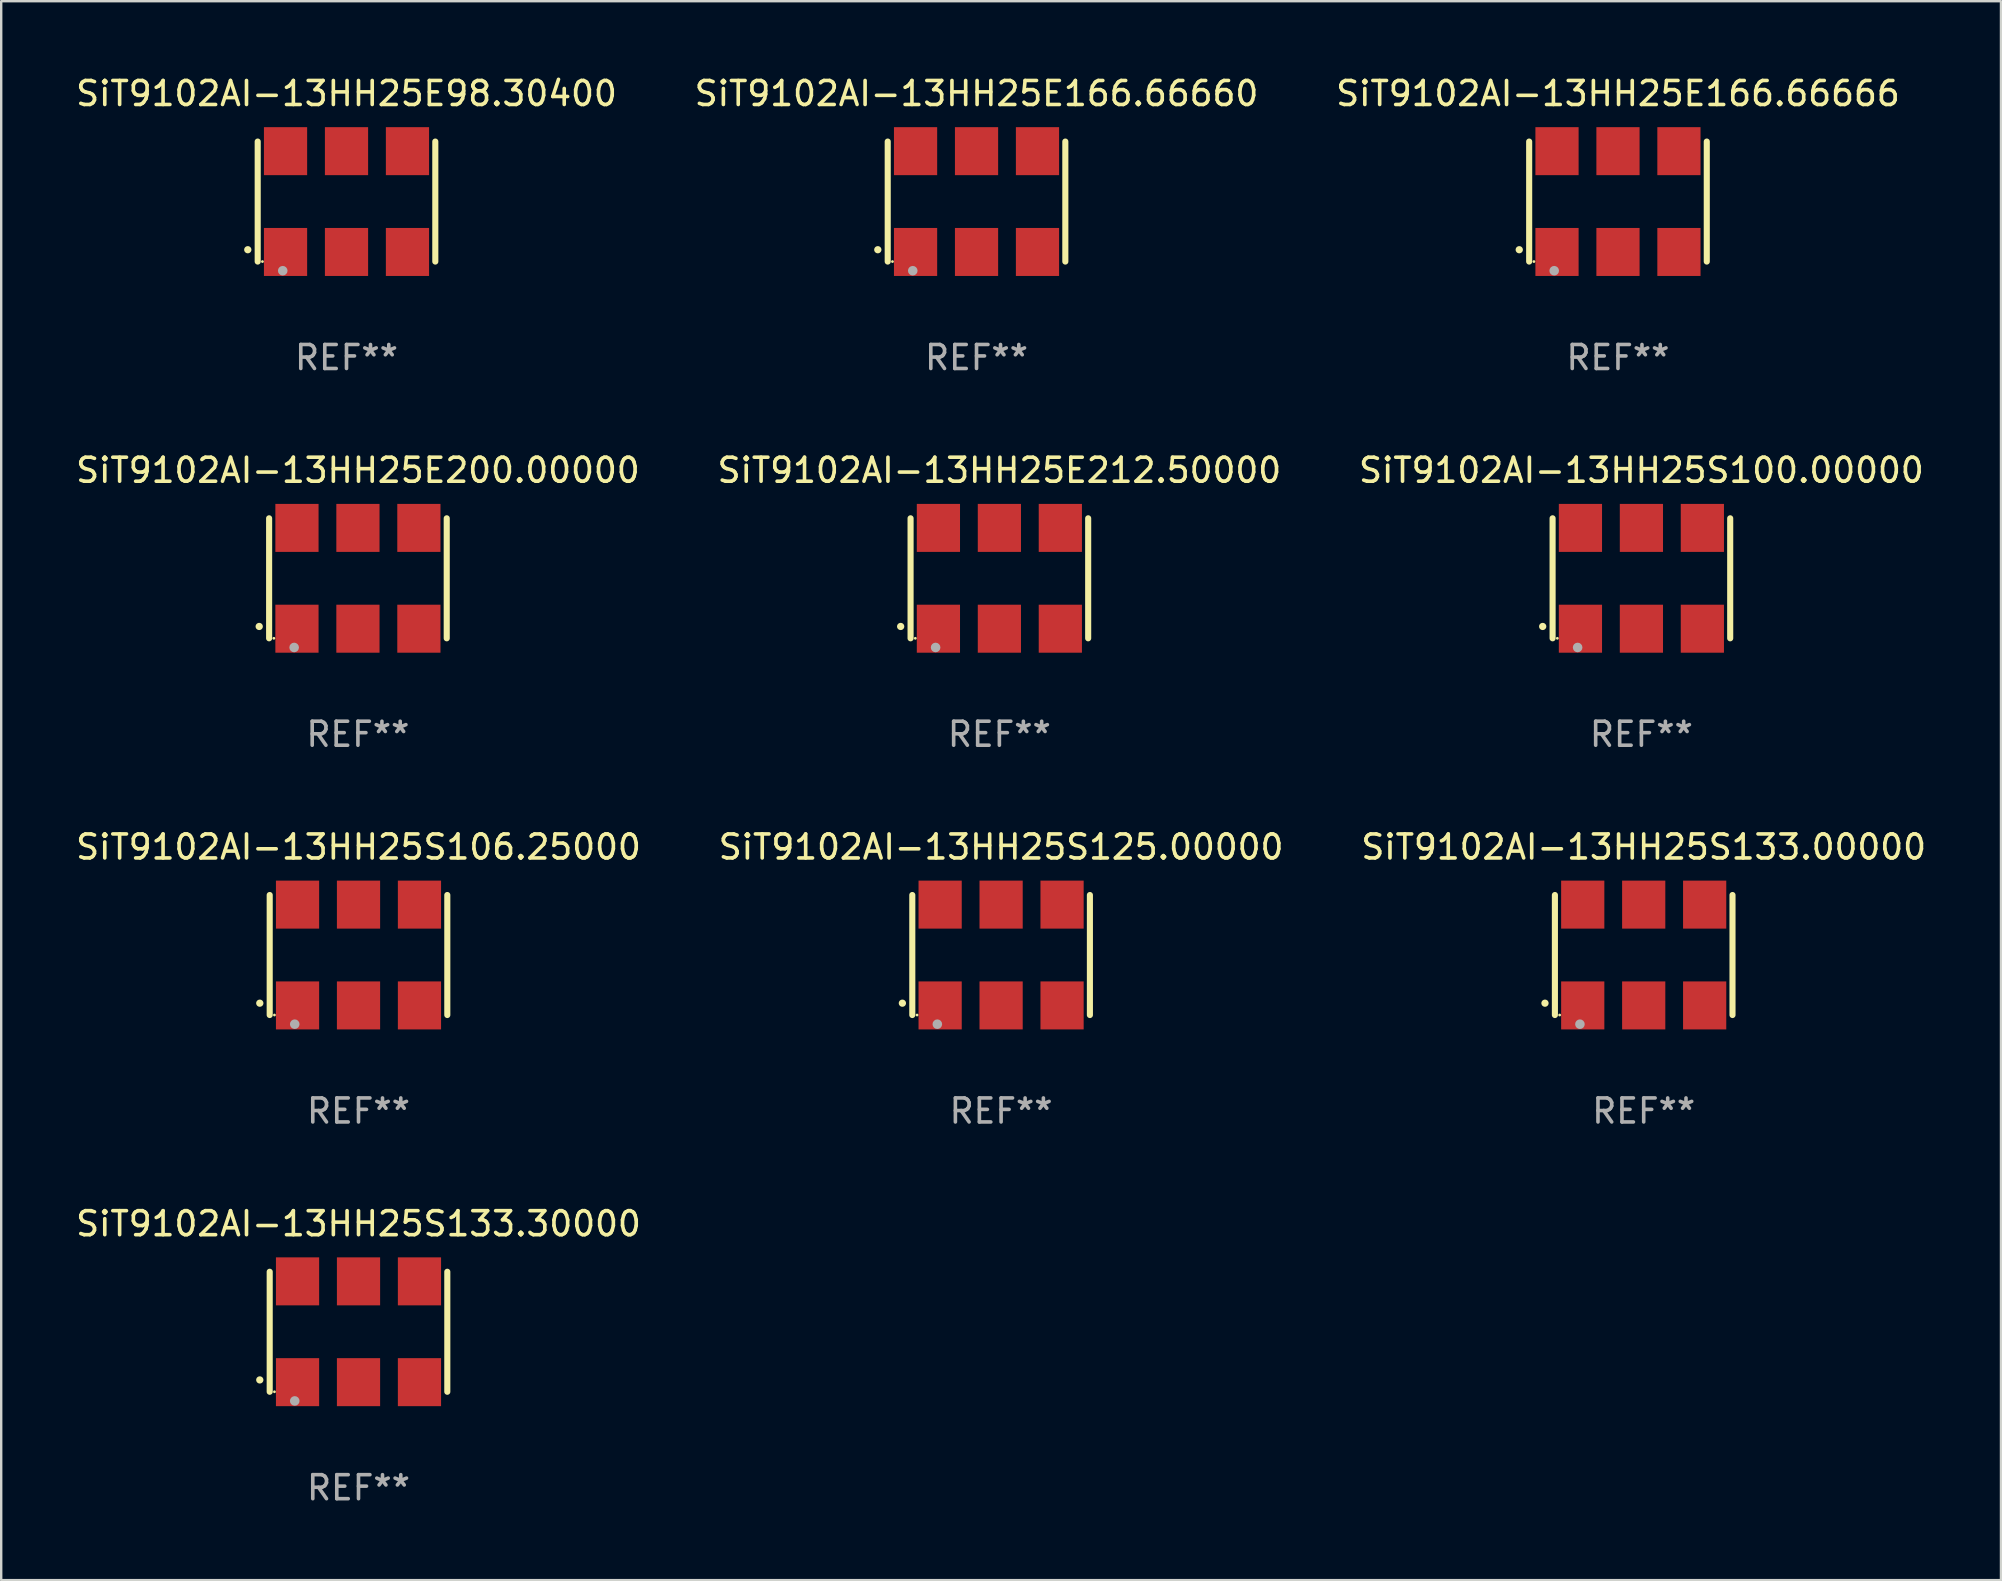
<source format=kicad_pcb>
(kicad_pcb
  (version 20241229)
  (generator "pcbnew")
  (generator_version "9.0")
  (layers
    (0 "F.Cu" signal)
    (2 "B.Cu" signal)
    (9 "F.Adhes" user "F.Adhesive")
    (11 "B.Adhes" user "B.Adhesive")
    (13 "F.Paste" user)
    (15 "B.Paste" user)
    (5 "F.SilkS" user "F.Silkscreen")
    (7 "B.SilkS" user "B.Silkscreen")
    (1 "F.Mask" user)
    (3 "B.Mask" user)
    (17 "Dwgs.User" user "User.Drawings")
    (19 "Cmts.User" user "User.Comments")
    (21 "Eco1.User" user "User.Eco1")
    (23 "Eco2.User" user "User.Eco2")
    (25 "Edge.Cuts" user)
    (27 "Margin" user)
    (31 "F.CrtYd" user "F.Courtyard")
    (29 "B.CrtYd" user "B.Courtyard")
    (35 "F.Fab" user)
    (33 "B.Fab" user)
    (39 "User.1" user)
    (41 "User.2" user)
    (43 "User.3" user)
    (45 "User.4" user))
  (footprint "SiT9102AI-13HH25S125.00000"
    (layer "F.Cu")
    (at 38.661 36.741)
    (property "Reference" "SiT9102AI-13HH25S125.00000" (at 0 -4.5 0) (layer "F.SilkS") (effects (font (size 1 1) (thickness 0.15))))
    (attr through_hole)
    (fp_line (start -3.7 -2.5) (end -3.7 2.5) (stroke (width 0.254) (type solid)) (layer "F.SilkS"))
    (fp_line (start 3.7 -2.5) (end 3.7 2.5) (stroke (width 0.254) (type solid)) (layer "F.SilkS"))
    (fp_arc (start -4.114415 2.006604) (mid -4.113145 2.006599) (end -4.111875 2.006604) (stroke (width 0.3) (type solid)) (layer "F.SilkS"))
    (fp_circle (center -3.502 2.5) (end -3.472 2.5) (stroke (width 0.06) (type solid)) (fill no) (layer "F.SilkS"))
    (fp_circle (center -2.657 2.882) (end -2.557 2.882) (stroke (width 0.2) (type solid)) (fill no) (layer "F.Fab"))
    (fp_text user "REF**" (at 0 6.5 0) (layer "F.Fab") (effects (font (size 1 1) (thickness 0.15))))
    (pad "1" smd rect (at -2.54 2.1) (size 1.8 2) (layers "F.Cu" "F.Mask" "F.Paste"))
    (pad "2" smd rect (at 0.000394 2.1) (size 1.8 2) (layers "F.Cu" "F.Mask" "F.Paste"))
    (pad "3" smd rect (at 2.54 2.1) (size 1.8 2) (layers "F.Cu" "F.Mask" "F.Paste"))
    (pad "4" smd rect (at 2.54 -2.1) (size 1.8 2) (layers "F.Cu" "F.Mask" "F.Paste"))
    (pad "5" smd rect (at 0.000394 -2.1) (size 1.8 2) (layers "F.Cu" "F.Mask" "F.Paste"))
    (pad "6" smd rect (at -2.54 -2.1) (size 1.8 2) (layers "F.Cu" "F.Mask" "F.Paste")))
  (footprint "SiT9102AI-13HH25E200.00000"
    (layer "F.Cu")
    (at 11.863 21.045)
    (property "Reference" "SiT9102AI-13HH25E200.00000" (at 0 -4.5 0) (layer "F.SilkS") (effects (font (size 1 1) (thickness 0.15))))
    (attr through_hole)
    (fp_line (start -3.7 -2.5) (end -3.7 2.5) (stroke (width 0.254) (type solid)) (layer "F.SilkS"))
    (fp_line (start 3.7 -2.5) (end 3.7 2.5) (stroke (width 0.254) (type solid)) (layer "F.SilkS"))
    (fp_arc (start -4.114415 2.006604) (mid -4.113145 2.006599) (end -4.111875 2.006604) (stroke (width 0.3) (type solid)) (layer "F.SilkS"))
    (fp_circle (center -3.502 2.5) (end -3.472 2.5) (stroke (width 0.06) (type solid)) (fill no) (layer "F.SilkS"))
    (fp_circle (center -2.657 2.882) (end -2.557 2.882) (stroke (width 0.2) (type solid)) (fill no) (layer "F.Fab"))
    (fp_text user "REF**" (at 0 6.5 0) (layer "F.Fab") (effects (font (size 1 1) (thickness 0.15))))
    (pad "1" smd rect (at -2.54 2.1) (size 1.8 2) (layers "F.Cu" "F.Mask" "F.Paste"))
    (pad "2" smd rect (at 0.000394 2.1) (size 1.8 2) (layers "F.Cu" "F.Mask" "F.Paste"))
    (pad "3" smd rect (at 2.54 2.1) (size 1.8 2) (layers "F.Cu" "F.Mask" "F.Paste"))
    (pad "4" smd rect (at 2.54 -2.1) (size 1.8 2) (layers "F.Cu" "F.Mask" "F.Paste"))
    (pad "5" smd rect (at 0.000394 -2.1) (size 1.8 2) (layers "F.Cu" "F.Mask" "F.Paste"))
    (pad "6" smd rect (at -2.54 -2.1) (size 1.8 2) (layers "F.Cu" "F.Mask" "F.Paste")))
  (footprint "SiT9102AI-13HH25E212.50000"
    (layer "F.Cu")
    (at 38.589 21.045)
    (property "Reference" "SiT9102AI-13HH25E212.50000" (at 0 -4.5 0) (layer "F.SilkS") (effects (font (size 1 1) (thickness 0.15))))
    (attr through_hole)
    (fp_line (start -3.7 -2.5) (end -3.7 2.5) (stroke (width 0.254) (type solid)) (layer "F.SilkS"))
    (fp_line (start 3.7 -2.5) (end 3.7 2.5) (stroke (width 0.254) (type solid)) (layer "F.SilkS"))
    (fp_arc (start -4.114415 2.006604) (mid -4.113145 2.006599) (end -4.111875 2.006604) (stroke (width 0.3) (type solid)) (layer "F.SilkS"))
    (fp_circle (center -3.502 2.5) (end -3.472 2.5) (stroke (width 0.06) (type solid)) (fill no) (layer "F.SilkS"))
    (fp_circle (center -2.657 2.882) (end -2.557 2.882) (stroke (width 0.2) (type solid)) (fill no) (layer "F.Fab"))
    (fp_text user "REF**" (at 0 6.5 0) (layer "F.Fab") (effects (font (size 1 1) (thickness 0.15))))
    (pad "1" smd rect (at -2.54 2.1) (size 1.8 2) (layers "F.Cu" "F.Mask" "F.Paste"))
    (pad "2" smd rect (at 0.000394 2.1) (size 1.8 2) (layers "F.Cu" "F.Mask" "F.Paste"))
    (pad "3" smd rect (at 2.54 2.1) (size 1.8 2) (layers "F.Cu" "F.Mask" "F.Paste"))
    (pad "4" smd rect (at 2.54 -2.1) (size 1.8 2) (layers "F.Cu" "F.Mask" "F.Paste"))
    (pad "5" smd rect (at 0.000394 -2.1) (size 1.8 2) (layers "F.Cu" "F.Mask" "F.Paste"))
    (pad "6" smd rect (at -2.54 -2.1) (size 1.8 2) (layers "F.Cu" "F.Mask" "F.Paste")))
  (footprint "SiT9102AI-13HH25S133.00000"
    (layer "F.Cu")
    (at 65.435 36.741)
    (property "Reference" "SiT9102AI-13HH25S133.00000" (at 0 -4.5 0) (layer "F.SilkS") (effects (font (size 1 1) (thickness 0.15))))
    (attr through_hole)
    (fp_line (start -3.7 -2.5) (end -3.7 2.5) (stroke (width 0.254) (type solid)) (layer "F.SilkS"))
    (fp_line (start 3.7 -2.5) (end 3.7 2.5) (stroke (width 0.254) (type solid)) (layer "F.SilkS"))
    (fp_arc (start -4.114415 2.006604) (mid -4.113145 2.006599) (end -4.111875 2.006604) (stroke (width 0.3) (type solid)) (layer "F.SilkS"))
    (fp_circle (center -3.502 2.5) (end -3.472 2.5) (stroke (width 0.06) (type solid)) (fill no) (layer "F.SilkS"))
    (fp_circle (center -2.657 2.882) (end -2.557 2.882) (stroke (width 0.2) (type solid)) (fill no) (layer "F.Fab"))
    (fp_text user "REF**" (at 0 6.5 0) (layer "F.Fab") (effects (font (size 1 1) (thickness 0.15))))
    (pad "1" smd rect (at -2.54 2.1) (size 1.8 2) (layers "F.Cu" "F.Mask" "F.Paste"))
    (pad "2" smd rect (at 0.000394 2.1) (size 1.8 2) (layers "F.Cu" "F.Mask" "F.Paste"))
    (pad "3" smd rect (at 2.54 2.1) (size 1.8 2) (layers "F.Cu" "F.Mask" "F.Paste"))
    (pad "4" smd rect (at 2.54 -2.1) (size 1.8 2) (layers "F.Cu" "F.Mask" "F.Paste"))
    (pad "5" smd rect (at 0.000394 -2.1) (size 1.8 2) (layers "F.Cu" "F.Mask" "F.Paste"))
    (pad "6" smd rect (at -2.54 -2.1) (size 1.8 2) (layers "F.Cu" "F.Mask" "F.Paste")))
  (footprint "SiT9102AI-13HH25E98.30400"
    (layer "F.Cu")
    (at 11.387 5.348)
    (property "Reference" "SiT9102AI-13HH25E98.30400" (at 0 -4.5 0) (layer "F.SilkS") (effects (font (size 1 1) (thickness 0.15))))
    (attr through_hole)
    (fp_line (start -3.7 -2.5) (end -3.7 2.5) (stroke (width 0.254) (type solid)) (layer "F.SilkS"))
    (fp_line (start 3.7 -2.5) (end 3.7 2.5) (stroke (width 0.254) (type solid)) (layer "F.SilkS"))
    (fp_arc (start -4.114415 2.006604) (mid -4.113145 2.006599) (end -4.111875 2.006604) (stroke (width 0.3) (type solid)) (layer "F.SilkS"))
    (fp_circle (center -3.502 2.5) (end -3.472 2.5) (stroke (width 0.06) (type solid)) (fill no) (layer "F.SilkS"))
    (fp_circle (center -2.657 2.882) (end -2.557 2.882) (stroke (width 0.2) (type solid)) (fill no) (layer "F.Fab"))
    (fp_text user "REF**" (at 0 6.5 0) (layer "F.Fab") (effects (font (size 1 1) (thickness 0.15))))
    (pad "1" smd rect (at -2.54 2.1) (size 1.8 2) (layers "F.Cu" "F.Mask" "F.Paste"))
    (pad "2" smd rect (at 0.000394 2.1) (size 1.8 2) (layers "F.Cu" "F.Mask" "F.Paste"))
    (pad "3" smd rect (at 2.54 2.1) (size 1.8 2) (layers "F.Cu" "F.Mask" "F.Paste"))
    (pad "4" smd rect (at 2.54 -2.1) (size 1.8 2) (layers "F.Cu" "F.Mask" "F.Paste"))
    (pad "5" smd rect (at 0.000394 -2.1) (size 1.8 2) (layers "F.Cu" "F.Mask" "F.Paste"))
    (pad "6" smd rect (at -2.54 -2.1) (size 1.8 2) (layers "F.Cu" "F.Mask" "F.Paste")))
  (footprint "SiT9102AI-13HH25E166.66666"
    (layer "F.Cu")
    (at 64.363 5.348)
    (property "Reference" "SiT9102AI-13HH25E166.66666" (at 0 -4.5 0) (layer "F.SilkS") (effects (font (size 1 1) (thickness 0.15))))
    (attr through_hole)
    (fp_line (start -3.7 -2.5) (end -3.7 2.5) (stroke (width 0.254) (type solid)) (layer "F.SilkS"))
    (fp_line (start 3.7 -2.5) (end 3.7 2.5) (stroke (width 0.254) (type solid)) (layer "F.SilkS"))
    (fp_arc (start -4.114415 2.006604) (mid -4.113145 2.006599) (end -4.111875 2.006604) (stroke (width 0.3) (type solid)) (layer "F.SilkS"))
    (fp_circle (center -3.502 2.5) (end -3.472 2.5) (stroke (width 0.06) (type solid)) (fill no) (layer "F.SilkS"))
    (fp_circle (center -2.657 2.882) (end -2.557 2.882) (stroke (width 0.2) (type solid)) (fill no) (layer "F.Fab"))
    (fp_text user "REF**" (at 0 6.5 0) (layer "F.Fab") (effects (font (size 1 1) (thickness 0.15))))
    (pad "1" smd rect (at -2.54 2.1) (size 1.8 2) (layers "F.Cu" "F.Mask" "F.Paste"))
    (pad "2" smd rect (at 0.000394 2.1) (size 1.8 2) (layers "F.Cu" "F.Mask" "F.Paste"))
    (pad "3" smd rect (at 2.54 2.1) (size 1.8 2) (layers "F.Cu" "F.Mask" "F.Paste"))
    (pad "4" smd rect (at 2.54 -2.1) (size 1.8 2) (layers "F.Cu" "F.Mask" "F.Paste"))
    (pad "5" smd rect (at 0.000394 -2.1) (size 1.8 2) (layers "F.Cu" "F.Mask" "F.Paste"))
    (pad "6" smd rect (at -2.54 -2.1) (size 1.8 2) (layers "F.Cu" "F.Mask" "F.Paste")))
  (footprint "SiT9102AI-13HH25S106.25000"
    (layer "F.Cu")
    (at 11.887 36.741)
    (property "Reference" "SiT9102AI-13HH25S106.25000" (at 0 -4.5 0) (layer "F.SilkS") (effects (font (size 1 1) (thickness 0.15))))
    (attr through_hole)
    (fp_line (start -3.7 -2.5) (end -3.7 2.5) (stroke (width 0.254) (type solid)) (layer "F.SilkS"))
    (fp_line (start 3.7 -2.5) (end 3.7 2.5) (stroke (width 0.254) (type solid)) (layer "F.SilkS"))
    (fp_arc (start -4.114415 2.006604) (mid -4.113145 2.006599) (end -4.111875 2.006604) (stroke (width 0.3) (type solid)) (layer "F.SilkS"))
    (fp_circle (center -3.502 2.5) (end -3.472 2.5) (stroke (width 0.06) (type solid)) (fill no) (layer "F.SilkS"))
    (fp_circle (center -2.657 2.882) (end -2.557 2.882) (stroke (width 0.2) (type solid)) (fill no) (layer "F.Fab"))
    (fp_text user "REF**" (at 0 6.5 0) (layer "F.Fab") (effects (font (size 1 1) (thickness 0.15))))
    (pad "1" smd rect (at -2.54 2.1) (size 1.8 2) (layers "F.Cu" "F.Mask" "F.Paste"))
    (pad "2" smd rect (at 0.000394 2.1) (size 1.8 2) (layers "F.Cu" "F.Mask" "F.Paste"))
    (pad "3" smd rect (at 2.54 2.1) (size 1.8 2) (layers "F.Cu" "F.Mask" "F.Paste"))
    (pad "4" smd rect (at 2.54 -2.1) (size 1.8 2) (layers "F.Cu" "F.Mask" "F.Paste"))
    (pad "5" smd rect (at 0.000394 -2.1) (size 1.8 2) (layers "F.Cu" "F.Mask" "F.Paste"))
    (pad "6" smd rect (at -2.54 -2.1) (size 1.8 2) (layers "F.Cu" "F.Mask" "F.Paste")))
  (footprint "SiT9102AI-13HH25S133.30000"
    (layer "F.Cu")
    (at 11.887 52.438)
    (property "Reference" "SiT9102AI-13HH25S133.30000" (at 0 -4.5 0) (layer "F.SilkS") (effects (font (size 1 1) (thickness 0.15))))
    (attr through_hole)
    (fp_line (start -3.7 -2.5) (end -3.7 2.5) (stroke (width 0.254) (type solid)) (layer "F.SilkS"))
    (fp_line (start 3.7 -2.5) (end 3.7 2.5) (stroke (width 0.254) (type solid)) (layer "F.SilkS"))
    (fp_arc (start -4.114415 2.006604) (mid -4.113145 2.006599) (end -4.111875 2.006604) (stroke (width 0.3) (type solid)) (layer "F.SilkS"))
    (fp_circle (center -3.502 2.5) (end -3.472 2.5) (stroke (width 0.06) (type solid)) (fill no) (layer "F.SilkS"))
    (fp_circle (center -2.657 2.882) (end -2.557 2.882) (stroke (width 0.2) (type solid)) (fill no) (layer "F.Fab"))
    (fp_text user "REF**" (at 0 6.5 0) (layer "F.Fab") (effects (font (size 1 1) (thickness 0.15))))
    (pad "1" smd rect (at -2.54 2.1) (size 1.8 2) (layers "F.Cu" "F.Mask" "F.Paste"))
    (pad "2" smd rect (at 0.000394 2.1) (size 1.8 2) (layers "F.Cu" "F.Mask" "F.Paste"))
    (pad "3" smd rect (at 2.54 2.1) (size 1.8 2) (layers "F.Cu" "F.Mask" "F.Paste"))
    (pad "4" smd rect (at 2.54 -2.1) (size 1.8 2) (layers "F.Cu" "F.Mask" "F.Paste"))
    (pad "5" smd rect (at 0.000394 -2.1) (size 1.8 2) (layers "F.Cu" "F.Mask" "F.Paste"))
    (pad "6" smd rect (at -2.54 -2.1) (size 1.8 2) (layers "F.Cu" "F.Mask" "F.Paste")))
  (footprint "SiT9102AI-13HH25E166.66660"
    (layer "F.Cu")
    (at 37.637 5.348)
    (property "Reference" "SiT9102AI-13HH25E166.66660" (at 0 -4.5 0) (layer "F.SilkS") (effects (font (size 1 1) (thickness 0.15))))
    (attr through_hole)
    (fp_line (start -3.7 -2.5) (end -3.7 2.5) (stroke (width 0.254) (type solid)) (layer "F.SilkS"))
    (fp_line (start 3.7 -2.5) (end 3.7 2.5) (stroke (width 0.254) (type solid)) (layer "F.SilkS"))
    (fp_arc (start -4.114415 2.006604) (mid -4.113145 2.006599) (end -4.111875 2.006604) (stroke (width 0.3) (type solid)) (layer "F.SilkS"))
    (fp_circle (center -3.502 2.5) (end -3.472 2.5) (stroke (width 0.06) (type solid)) (fill no) (layer "F.SilkS"))
    (fp_circle (center -2.657 2.882) (end -2.557 2.882) (stroke (width 0.2) (type solid)) (fill no) (layer "F.Fab"))
    (fp_text user "REF**" (at 0 6.5 0) (layer "F.Fab") (effects (font (size 1 1) (thickness 0.15))))
    (pad "1" smd rect (at -2.54 2.1) (size 1.8 2) (layers "F.Cu" "F.Mask" "F.Paste"))
    (pad "2" smd rect (at 0.000394 2.1) (size 1.8 2) (layers "F.Cu" "F.Mask" "F.Paste"))
    (pad "3" smd rect (at 2.54 2.1) (size 1.8 2) (layers "F.Cu" "F.Mask" "F.Paste"))
    (pad "4" smd rect (at 2.54 -2.1) (size 1.8 2) (layers "F.Cu" "F.Mask" "F.Paste"))
    (pad "5" smd rect (at 0.000394 -2.1) (size 1.8 2) (layers "F.Cu" "F.Mask" "F.Paste"))
    (pad "6" smd rect (at -2.54 -2.1) (size 1.8 2) (layers "F.Cu" "F.Mask" "F.Paste")))
  (footprint "SiT9102AI-13HH25S100.00000"
    (layer "F.Cu")
    (at 65.339 21.045)
    (property "Reference" "SiT9102AI-13HH25S100.00000" (at 0 -4.5 0) (layer "F.SilkS") (effects (font (size 1 1) (thickness 0.15))))
    (attr through_hole)
    (fp_line (start -3.7 -2.5) (end -3.7 2.5) (stroke (width 0.254) (type solid)) (layer "F.SilkS"))
    (fp_line (start 3.7 -2.5) (end 3.7 2.5) (stroke (width 0.254) (type solid)) (layer "F.SilkS"))
    (fp_arc (start -4.114415 2.006604) (mid -4.113145 2.006599) (end -4.111875 2.006604) (stroke (width 0.3) (type solid)) (layer "F.SilkS"))
    (fp_circle (center -3.502 2.5) (end -3.472 2.5) (stroke (width 0.06) (type solid)) (fill no) (layer "F.SilkS"))
    (fp_circle (center -2.657 2.882) (end -2.557 2.882) (stroke (width 0.2) (type solid)) (fill no) (layer "F.Fab"))
    (fp_text user "REF**" (at 0 6.5 0) (layer "F.Fab") (effects (font (size 1 1) (thickness 0.15))))
    (pad "1" smd rect (at -2.54 2.1) (size 1.8 2) (layers "F.Cu" "F.Mask" "F.Paste"))
    (pad "2" smd rect (at 0.000394 2.1) (size 1.8 2) (layers "F.Cu" "F.Mask" "F.Paste"))
    (pad "3" smd rect (at 2.54 2.1) (size 1.8 2) (layers "F.Cu" "F.Mask" "F.Paste"))
    (pad "4" smd rect (at 2.54 -2.1) (size 1.8 2) (layers "F.Cu" "F.Mask" "F.Paste"))
    (pad "5" smd rect (at 0.000394 -2.1) (size 1.8 2) (layers "F.Cu" "F.Mask" "F.Paste"))
    (pad "6" smd rect (at -2.54 -2.1) (size 1.8 2) (layers "F.Cu" "F.Mask" "F.Paste")))
  (gr_rect
    (start -3 -3)
    (end 80.321 62.786)
    (stroke (width 0.1) (type default))
    (fill no)
    (layer "Edge.Cuts")))
</source>
